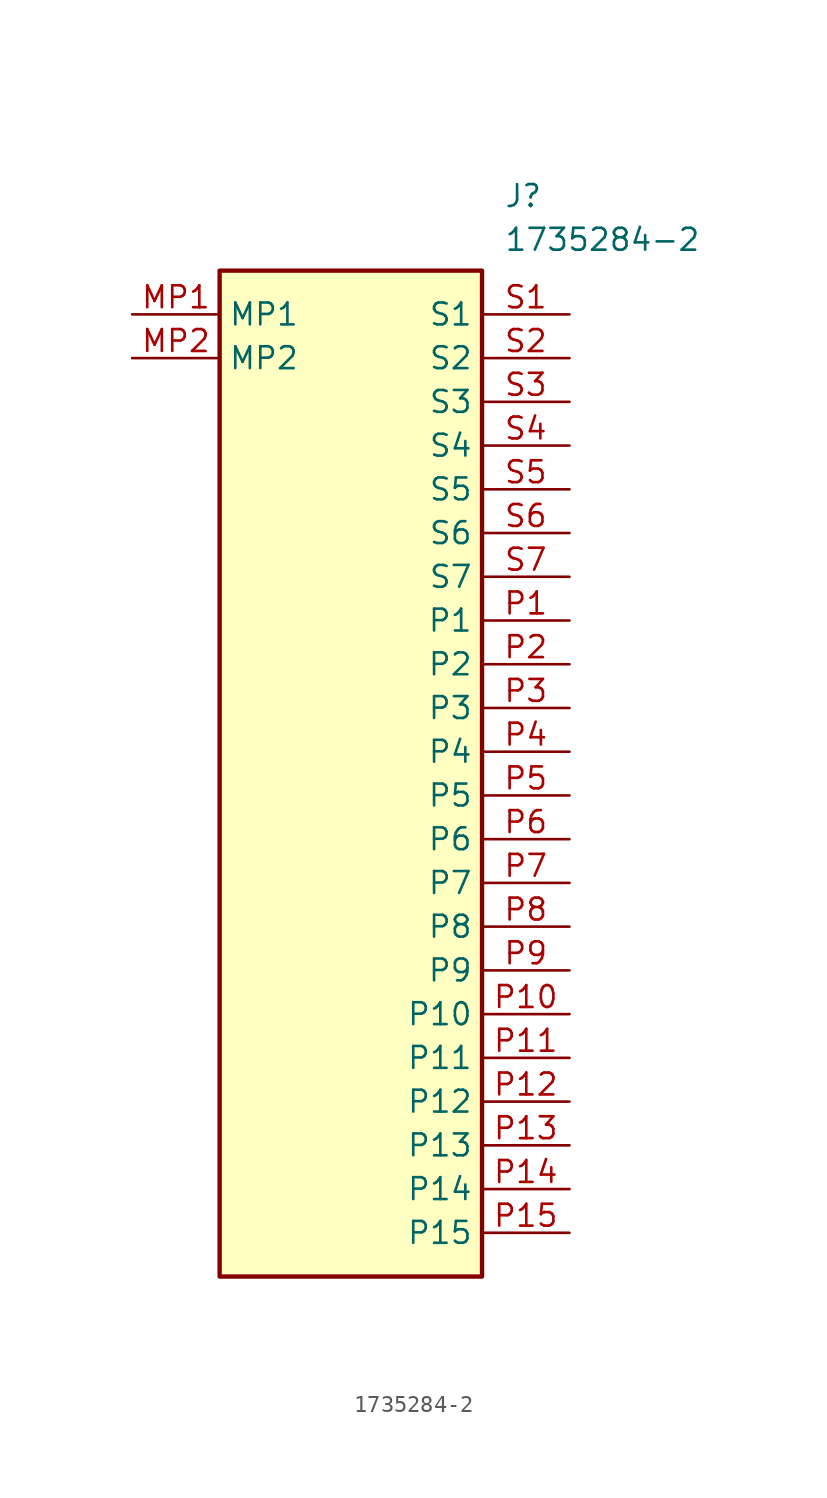
<source format=kicad_sym>
(kicad_symbol_lib
  (version 20211014)
  (generator SamacSys_ECAD_Model)
  (symbol "1735284-2"
    (property "Reference" "J"
      (at 21.59 7.62 0)
      (effects (font (size 1.27 1.27)) (justify left top)))
    (property "Value" "1735284-2"
      (at 21.59 5.08 0)
      (effects (font (size 1.27 1.27)) (justify left top)))
    (rectangle
      (start 5.08 2.54)
      (end 20.32 -55.88)
      (stroke (width 0.254) (type default))
      (fill (type background)))
    (pin passive line
      (at 25.4 -17.78 180)
      (length 5.08)
      (name "P1" (effects (font (size 1.27 1.27))))
      (number "P1" (effects (font (size 1.27 1.27)))))
    (pin passive line
      (at 25.4 -20.32 180)
      (length 5.08)
      (name "P2" (effects (font (size 1.27 1.27))))
      (number "P2" (effects (font (size 1.27 1.27)))))
    (pin passive line
      (at 25.4 -22.86 180)
      (length 5.08)
      (name "P3" (effects (font (size 1.27 1.27))))
      (number "P3" (effects (font (size 1.27 1.27)))))
    (pin passive line
      (at 25.4 -25.4 180)
      (length 5.08)
      (name "P4" (effects (font (size 1.27 1.27))))
      (number "P4" (effects (font (size 1.27 1.27)))))
    (pin passive line
      (at 25.4 -27.94 180)
      (length 5.08)
      (name "P5" (effects (font (size 1.27 1.27))))
      (number "P5" (effects (font (size 1.27 1.27)))))
    (pin passive line
      (at 25.4 -30.48 180)
      (length 5.08)
      (name "P6" (effects (font (size 1.27 1.27))))
      (number "P6" (effects (font (size 1.27 1.27)))))
    (pin passive line
      (at 25.4 -33.02 180)
      (length 5.08)
      (name "P7" (effects (font (size 1.27 1.27))))
      (number "P7" (effects (font (size 1.27 1.27)))))
    (pin passive line
      (at 25.4 -35.56 180)
      (length 5.08)
      (name "P8" (effects (font (size 1.27 1.27))))
      (number "P8" (effects (font (size 1.27 1.27)))))
    (pin passive line
      (at 25.4 -38.1 180)
      (length 5.08)
      (name "P9" (effects (font (size 1.27 1.27))))
      (number "P9" (effects (font (size 1.27 1.27)))))
    (pin passive line
      (at 25.4 -40.64 180)
      (length 5.08)
      (name "P10" (effects (font (size 1.27 1.27))))
      (number "P10" (effects (font (size 1.27 1.27)))))
    (pin passive line
      (at 25.4 -43.18 180)
      (length 5.08)
      (name "P11" (effects (font (size 1.27 1.27))))
      (number "P11" (effects (font (size 1.27 1.27)))))
    (pin passive line
      (at 25.4 -45.72 180)
      (length 5.08)
      (name "P12" (effects (font (size 1.27 1.27))))
      (number "P12" (effects (font (size 1.27 1.27)))))
    (pin passive line
      (at 25.4 -48.26 180)
      (length 5.08)
      (name "P13" (effects (font (size 1.27 1.27))))
      (number "P13" (effects (font (size 1.27 1.27)))))
    (pin passive line
      (at 25.4 -50.8 180)
      (length 5.08)
      (name "P14" (effects (font (size 1.27 1.27))))
      (number "P14" (effects (font (size 1.27 1.27)))))
    (pin passive line
      (at 25.4 -53.34 180)
      (length 5.08)
      (name "P15" (effects (font (size 1.27 1.27))))
      (number "P15" (effects (font (size 1.27 1.27)))))
    (pin passive line
      (at 25.4 0 180)
      (length 5.08)
      (name "S1" (effects (font (size 1.27 1.27))))
      (number "S1" (effects (font (size 1.27 1.27)))))
    (pin passive line
      (at 25.4 -2.54 180)
      (length 5.08)
      (name "S2" (effects (font (size 1.27 1.27))))
      (number "S2" (effects (font (size 1.27 1.27)))))
    (pin passive line
      (at 25.4 -5.08 180)
      (length 5.08)
      (name "S3" (effects (font (size 1.27 1.27))))
      (number "S3" (effects (font (size 1.27 1.27)))))
    (pin passive line
      (at 25.4 -7.62 180)
      (length 5.08)
      (name "S4" (effects (font (size 1.27 1.27))))
      (number "S4" (effects (font (size 1.27 1.27)))))
    (pin passive line
      (at 25.4 -10.16 180)
      (length 5.08)
      (name "S5" (effects (font (size 1.27 1.27))))
      (number "S5" (effects (font (size 1.27 1.27)))))
    (pin passive line
      (at 25.4 -12.7 180)
      (length 5.08)
      (name "S6" (effects (font (size 1.27 1.27))))
      (number "S6" (effects (font (size 1.27 1.27)))))
    (pin passive line
      (at 25.4 -15.24 180)
      (length 5.08)
      (name "S7" (effects (font (size 1.27 1.27))))
      (number "S7" (effects (font (size 1.27 1.27)))))
    (pin passive line
      (at 0 0 0)
      (length 5.08)
      (name "MP1" (effects (font (size 1.27 1.27))))
      (number "MP1" (effects (font (size 1.27 1.27)))))
    (pin passive line
      (at 0 -2.54 0)
      (length 5.08)
      (name "MP2" (effects (font (size 1.27 1.27))))
      (number "MP2" (effects (font (size 1.27 1.27)))))))
</source>
